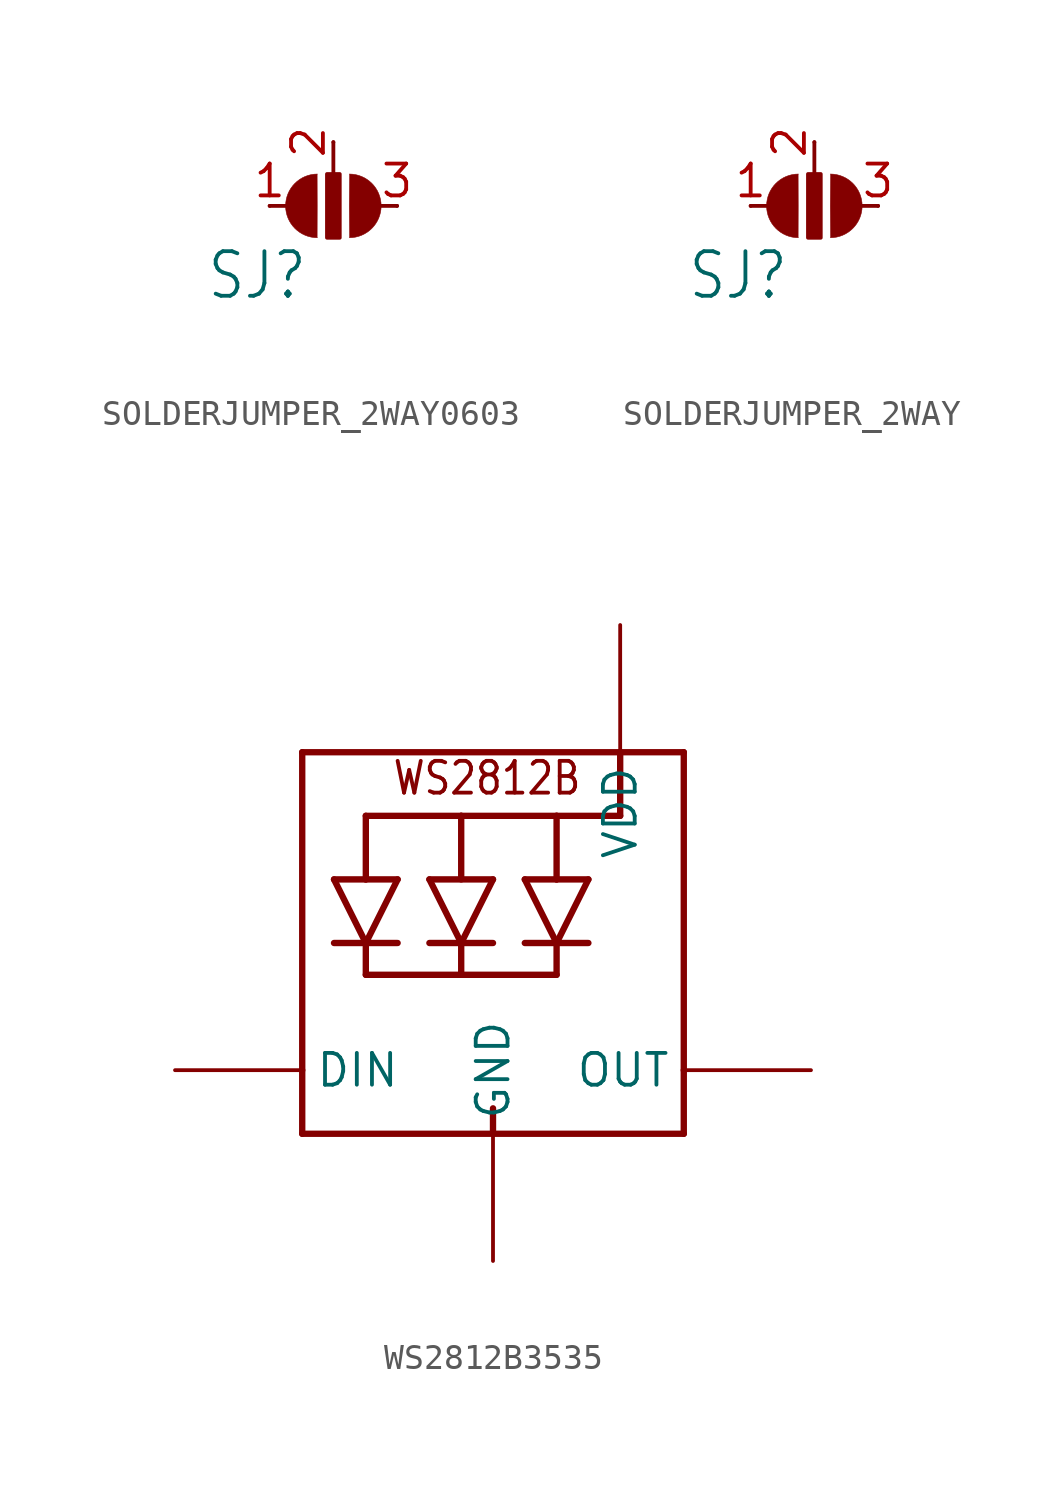
<source format=kicad_sym>
(kicad_symbol_lib
  (version 20220914)
  (generator kicad_symbol_editor)
  (symbol "SOLDERJUMPER_2WAY0603"
    (property "Reference" "SJ"
      (at -5.08 -3.81 0)
      (effects (font (size 1.778 1.511)) (justify left bottom)))
    (property "Value" ""
      (at -5.08 -6.35 0)
      (effects (font (size 1.778 1.511)) (justify left bottom)))
    (property "ki_locked" ""
      (at 0 0 0)
      (effects (font (size 1.27 1.27))))
    (symbol "SOLDERJUMPER_2WAY0603_1_0"
      (arc (start -0.635 1.27) (mid -1.8995 0) (end -0.635 -1.27) (stroke (width 0.0001) (type solid)) (fill (type outline)))
      (rectangle (start -0.254 -1.27) (end 0.254 1.27) (stroke (width 0) (type default)) (fill (type outline)))
      (polyline (pts (xy -2.54 0) (xy -1.651 0)) (stroke (width 0.152) (type solid)) (fill (type none)))
      (polyline (pts (xy 0 2.54) (xy 0 0.381)) (stroke (width 0.152) (type solid)) (fill (type none)))
      (polyline (pts (xy 2.54 0) (xy 1.651 0)) (stroke (width 0.152) (type solid)) (fill (type none)))
      (arc (start 0.635 -1.27) (mid 1.8995 0) (end 0.635 1.27) (stroke (width 0.0001) (type solid)) (fill (type outline)))
      (pin passive line (at -2.54 0 0) (length 0) (name "1" (effects (font (size 0 0)))) (number "1" (effects (font (size 1.27 1.27)))))
      (pin passive line (at 0 2.54 270) (length 0) (name "2" (effects (font (size 0 0)))) (number "2" (effects (font (size 1.27 1.27)))))
      (pin passive line (at 2.54 0 180) (length 0) (name "3" (effects (font (size 0 0)))) (number "3" (effects (font (size 1.27 1.27)))))))
  (symbol "SOLDERJUMPER_2WAY"
    (property "Reference" "SJ"
      (at -5.08 -3.81 0)
      (effects (font (size 1.778 1.511)) (justify left bottom)))
    (property "Value" ""
      (at -5.08 -6.35 0)
      (effects (font (size 1.778 1.511)) (justify left bottom)))
    (property "ki_locked" ""
      (at 0 0 0)
      (effects (font (size 1.27 1.27))))
    (symbol "SOLDERJUMPER_2WAY_1_0"
      (arc (start -0.635 1.27) (mid -1.8995 0) (end -0.635 -1.27) (stroke (width 0.0001) (type solid)) (fill (type outline)))
      (rectangle (start -0.254 -1.27) (end 0.254 1.27) (stroke (width 0) (type default)) (fill (type outline)))
      (polyline (pts (xy -2.54 0) (xy -1.651 0)) (stroke (width 0.152) (type solid)) (fill (type none)))
      (polyline (pts (xy 0 2.54) (xy 0 0.381)) (stroke (width 0.152) (type solid)) (fill (type none)))
      (polyline (pts (xy 2.54 0) (xy 1.651 0)) (stroke (width 0.152) (type solid)) (fill (type none)))
      (arc (start 0.635 -1.27) (mid 1.8995 0) (end 0.635 1.27) (stroke (width 0.0001) (type solid)) (fill (type outline)))
      (pin passive line (at -2.54 0 0) (length 0) (name "1" (effects (font (size 0 0)))) (number "1" (effects (font (size 1.27 1.27)))))
      (pin passive line (at 0 2.54 270) (length 0) (name "2" (effects (font (size 0 0)))) (number "2" (effects (font (size 1.27 1.27)))))
      (pin passive line (at 2.54 0 180) (length 0) (name "3" (effects (font (size 0 0)))) (number "3" (effects (font (size 1.27 1.27)))))))
  (symbol "WS2812B3535"
    (property "Reference" "LED"
      (at 0 0 0)
      (effects (font (size 1.27 1.27)) hide))
    (property "ki_locked" ""
      (at 0 0 0)
      (effects (font (size 1.27 1.27))))
    (symbol "WS2812B3535_1_0"
      (polyline (pts (xy -7.62 -5.08) (xy 0 -5.08)) (stroke (width 0.254) (type solid)) (fill (type none)))
      (polyline (pts (xy -7.62 -2.54) (xy -7.62 -5.08)) (stroke (width 0.254) (type solid)) (fill (type none)))
      (polyline (pts (xy -7.62 10.16) (xy -7.62 -2.54)) (stroke (width 0.254) (type solid)) (fill (type none)))
      (polyline (pts (xy -6.35 2.54) (xy -5.08 2.54)) (stroke (width 0.254) (type solid)) (fill (type none)))
      (polyline (pts (xy -6.35 5.08) (xy -5.08 5.08)) (stroke (width 0.254) (type solid)) (fill (type none)))
      (polyline (pts (xy -5.08 2.54) (xy -6.35 5.08)) (stroke (width 0.254) (type solid)) (fill (type none)))
      (polyline (pts (xy -5.08 2.54) (xy -5.08 1.27)) (stroke (width 0.254) (type solid)) (fill (type none)))
      (polyline (pts (xy -5.08 2.54) (xy -3.81 5.08)) (stroke (width 0.254) (type solid)) (fill (type none)))
      (polyline (pts (xy -5.08 5.08) (xy -3.81 5.08)) (stroke (width 0.254) (type solid)) (fill (type none)))
      (polyline (pts (xy -5.08 7.62) (xy -5.08 5.08)) (stroke (width 0.254) (type solid)) (fill (type none)))
      (polyline (pts (xy -3.81 2.54) (xy -5.08 2.54)) (stroke (width 0.254) (type solid)) (fill (type none)))
      (polyline (pts (xy -2.54 2.54) (xy -1.27 2.54)) (stroke (width 0.254) (type solid)) (fill (type none)))
      (polyline (pts (xy -2.54 5.08) (xy 0 5.08)) (stroke (width 0.254) (type solid)) (fill (type none)))
      (polyline (pts (xy -1.27 1.27) (xy -5.08 1.27)) (stroke (width 0.254) (type solid)) (fill (type none)))
      (polyline (pts (xy -1.27 2.54) (xy -2.54 5.08)) (stroke (width 0.254) (type solid)) (fill (type none)))
      (polyline (pts (xy -1.27 2.54) (xy -1.27 1.27)) (stroke (width 0.254) (type solid)) (fill (type none)))
      (polyline (pts (xy -1.27 2.54) (xy 0 2.54)) (stroke (width 0.254) (type solid)) (fill (type none)))
      (polyline (pts (xy -1.27 5.08) (xy -1.27 7.62)) (stroke (width 0.254) (type solid)) (fill (type none)))
      (polyline (pts (xy -1.27 7.62) (xy -5.08 7.62)) (stroke (width 0.254) (type solid)) (fill (type none)))
      (polyline (pts (xy 0 -5.08) (xy 7.62 -5.08)) (stroke (width 0.254) (type solid)) (fill (type none)))
      (polyline (pts (xy 0 -4.064) (xy 0 -5.08)) (stroke (width 0.254) (type solid)) (fill (type none)))
      (polyline (pts (xy 0 5.08) (xy -1.27 2.54)) (stroke (width 0.254) (type solid)) (fill (type none)))
      (polyline (pts (xy 1.27 5.08) (xy 2.54 2.54)) (stroke (width 0.254) (type solid)) (fill (type none)))
      (polyline (pts (xy 1.27 5.08) (xy 2.54 5.08)) (stroke (width 0.254) (type solid)) (fill (type none)))
      (polyline (pts (xy 2.54 1.27) (xy -1.27 1.27)) (stroke (width 0.254) (type solid)) (fill (type none)))
      (polyline (pts (xy 2.54 2.54) (xy 1.27 2.54)) (stroke (width 0.254) (type solid)) (fill (type none)))
      (polyline (pts (xy 2.54 2.54) (xy 2.54 1.27)) (stroke (width 0.254) (type solid)) (fill (type none)))
      (polyline (pts (xy 2.54 2.54) (xy 3.81 2.54)) (stroke (width 0.254) (type solid)) (fill (type none)))
      (polyline (pts (xy 2.54 2.54) (xy 3.81 5.08)) (stroke (width 0.254) (type solid)) (fill (type none)))
      (polyline (pts (xy 2.54 5.08) (xy 2.54 7.62)) (stroke (width 0.254) (type solid)) (fill (type none)))
      (polyline (pts (xy 2.54 7.62) (xy -1.27 7.62)) (stroke (width 0.254) (type solid)) (fill (type none)))
      (polyline (pts (xy 2.54 7.62) (xy 5.08 7.62)) (stroke (width 0.254) (type solid)) (fill (type none)))
      (polyline (pts (xy 3.81 5.08) (xy 2.54 5.08)) (stroke (width 0.254) (type solid)) (fill (type none)))
      (polyline (pts (xy 5.08 10.16) (xy -7.62 10.16)) (stroke (width 0.254) (type solid)) (fill (type none)))
      (polyline (pts (xy 5.08 10.16) (xy 5.08 7.62)) (stroke (width 0.254) (type solid)) (fill (type none)))
      (polyline (pts (xy 7.62 -5.08) (xy 7.62 -2.54)) (stroke (width 0.254) (type solid)) (fill (type none)))
      (polyline (pts (xy 7.62 -2.54) (xy 7.62 10.16)) (stroke (width 0.254) (type solid)) (fill (type none)))
      (polyline (pts (xy 7.62 10.16) (xy 5.08 10.16)) (stroke (width 0.254) (type solid)) (fill (type none)))
      (text "WS2812B" (at -4.064 8.382 0) (effects (font (size 1.27 1.079)) (justify left bottom)))
      (pin input line (at -12.7 -2.54 0) (length 5.08) (name "DIN" (effects (font (size 1.27 1.27)))) (number "1" (effects (font (size 0 0)))))
      (pin power_in line (at 5.08 15.24 270) (length 5.08) (name "VDD" (effects (font (size 1.27 1.27)))) (number "2" (effects (font (size 0 0)))))
      (pin output line (at 12.7 -2.54 180) (length 5.08) (name "OUT" (effects (font (size 1.27 1.27)))) (number "3" (effects (font (size 0 0)))))
      (pin power_in line (at 0 -10.16 90) (length 5.08) (name "GND" (effects (font (size 1.27 1.27)))) (number "4" (effects (font (size 0 0))))))))
</source>
